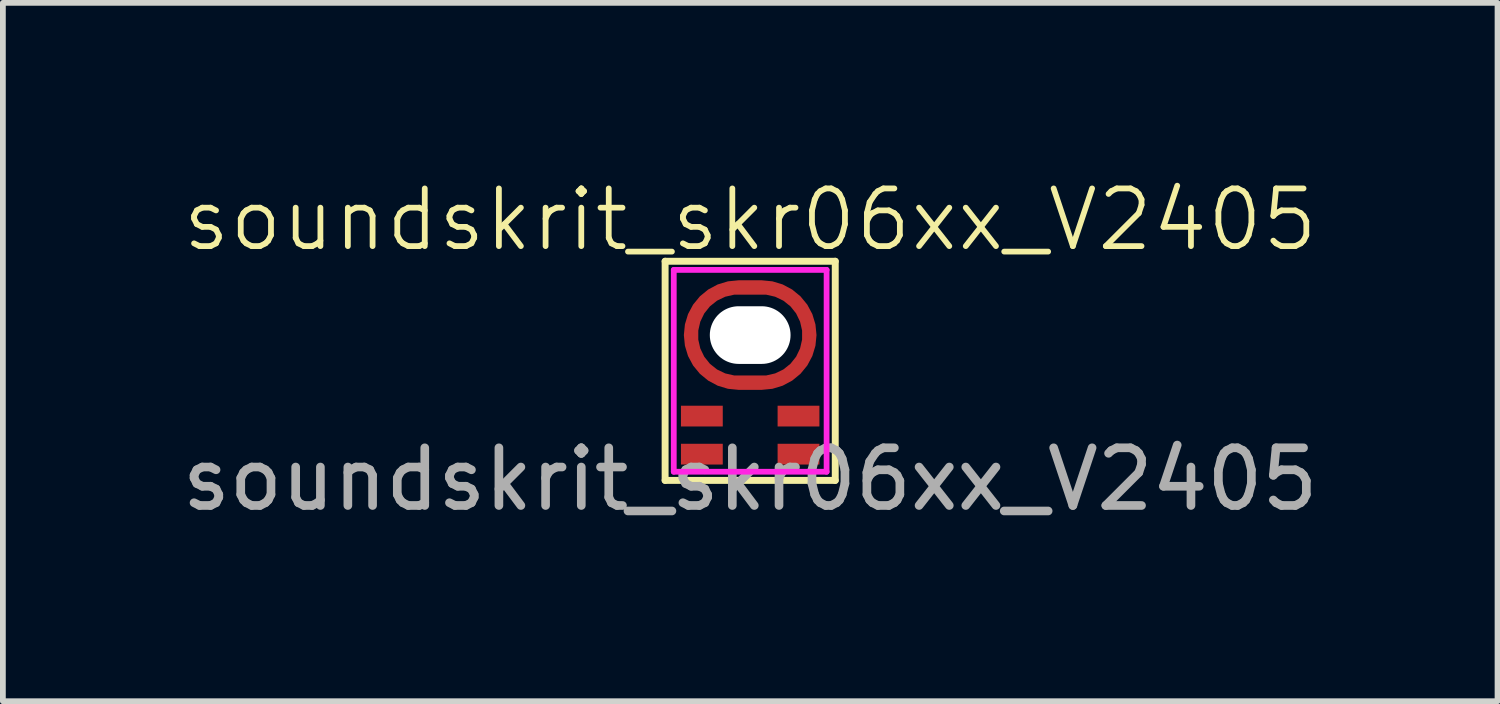
<source format=kicad_pcb>
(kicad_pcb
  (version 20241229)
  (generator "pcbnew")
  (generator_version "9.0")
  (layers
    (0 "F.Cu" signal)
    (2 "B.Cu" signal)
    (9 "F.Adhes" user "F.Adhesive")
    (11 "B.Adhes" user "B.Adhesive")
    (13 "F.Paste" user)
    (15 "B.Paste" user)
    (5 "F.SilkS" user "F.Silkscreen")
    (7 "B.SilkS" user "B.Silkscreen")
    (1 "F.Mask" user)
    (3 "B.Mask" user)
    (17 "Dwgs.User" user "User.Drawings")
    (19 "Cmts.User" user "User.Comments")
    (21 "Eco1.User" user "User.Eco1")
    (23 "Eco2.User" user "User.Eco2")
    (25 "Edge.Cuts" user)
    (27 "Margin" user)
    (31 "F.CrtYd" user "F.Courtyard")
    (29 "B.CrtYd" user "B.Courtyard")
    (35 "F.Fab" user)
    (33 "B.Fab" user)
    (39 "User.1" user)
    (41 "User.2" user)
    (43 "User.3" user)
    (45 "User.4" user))
  (footprint "soundskrit_skr06xx_V2405"
    (layer "F.Cu")
    (at 9.958 2.76)
    (property "Reference" "soundskrit_skr06xx_V2405" (at 0 -2 0) (unlocked yes) (layer "F.SilkS") (effects (font (size 1 1) (thickness 0.1))))
    (attr smd)
    (fp_line (start -0.2 -0.825) (end 0.2 -0.825) (stroke (width 0.25) (type default)) (layer "F.Mask"))
    (fp_line (start -0.2 0.825) (end 0.2 0.825) (stroke (width 0.25) (type default)) (layer "F.Mask"))
    (fp_arc (start -0.2 0.825) (mid -1.025 0) (end -0.2 -0.825) (stroke (width 0.25) (type default)) (layer "F.Mask"))
    (fp_arc (start 0.2 -0.825) (mid 1.025 0) (end 0.2 0.825) (stroke (width 0.25) (type default)) (layer "F.Mask"))
    (fp_line (start -1.475 -1.28) (end -1.475 2.52) (stroke (width 0.12) (type solid)) (layer "F.SilkS"))
    (fp_line (start -1.475 -1.28) (end 1.475 -1.28) (stroke (width 0.12) (type solid)) (layer "F.SilkS"))
    (fp_line (start -1.475 2.52) (end 1.475 2.52) (stroke (width 0.12) (type solid)) (layer "F.SilkS"))
    (fp_line (start 1.475 -1.28) (end 1.475 2.52) (stroke (width 0.12) (type solid)) (layer "F.SilkS"))
    (fp_line (start -1.325 -1.13) (end -1.325 2.37) (stroke (width 0.1) (type solid)) (layer "F.CrtYd"))
    (fp_line (start 1.325 -1.13) (end -1.325 -1.13) (stroke (width 0.1) (type solid)) (layer "F.CrtYd"))
    (fp_line (start 1.325 -1.13) (end 1.325 2.37) (stroke (width 0.1) (type solid)) (layer "F.CrtYd"))
    (fp_line (start 1.325 2.37) (end -1.325 2.37) (stroke (width 0.1) (type solid)) (layer "F.CrtYd"))
    (fp_text user "${REFERENCE}" (at 0 2.5 0) (unlocked yes) (layer "F.Fab") (effects (font (size 1 1) (thickness 0.15))))
    (pad "" np_thru_hole oval (at 0 0) (size 1.4 1) (drill oval 1.4 1) (layers "*.Cu" "*.Mask"))
    (pad "1" smd rect (at 0.838 2.065) (size 0.725 0.36) (layers "F.Cu" "F.Mask" "F.Paste"))
    (pad "2" smd rect (at 0.838 1.405) (size 0.725 0.36) (layers "F.Cu" "F.Mask" "F.Paste"))
    (pad "3" smd custom (at 0 -0.825) (size 0.25 0.25) (layers "F.Cu" "F.Mask" "F.Paste") (options (anchor circle)) (primitives (gr_poly (pts (xy -0.125 -0.062) (xy -0.12 -0.086) (xy -0.107 -0.107) (xy -0.086 -0.12) (xy -0.062 -0.125) (xy 0.062 -0.125) (xy 0.086 -0.12) (xy 0.107 -0.107) (xy 0.12 -0.086) (xy 0.125 -0.062) (xy 0.125 0.062) (xy 0.12 0.086) (xy 0.107 0.107) (xy 0.086 0.12) (xy 0.062 0.125) (xy -0.062 0.125) (xy -0.086 0.12) (xy -0.107 0.107) (xy -0.12 0.086) (xy -0.125 0.062)) (width 0) (fill yes)) (gr_arc (start -0.2 1.65) (mid -1.025 0.825) (end -0.2 0) (width 0.25)) (gr_arc (start 0.2 0) (mid 1.025 0.825) (end 0.2 1.65) (width 0.25)) (gr_line (start -0.2 1.65) (end 0.2 1.65) (width 0.25)) (gr_line (start -0.2 0) (end 0.2 0) (width 0.25))))
    (pad "4" smd rect (at -0.838 1.405) (size 0.725 0.36) (layers "F.Cu" "F.Mask" "F.Paste"))
    (pad "5" smd rect (at -0.838 2.065) (size 0.725 0.36) (layers "F.Cu" "F.Mask" "F.Paste")))
  (gr_rect
    (start -3 -3)
    (end 22.917 9.109)
    (stroke (width 0.1) (type default))
    (fill no)
    (layer "Edge.Cuts")))
</source>
